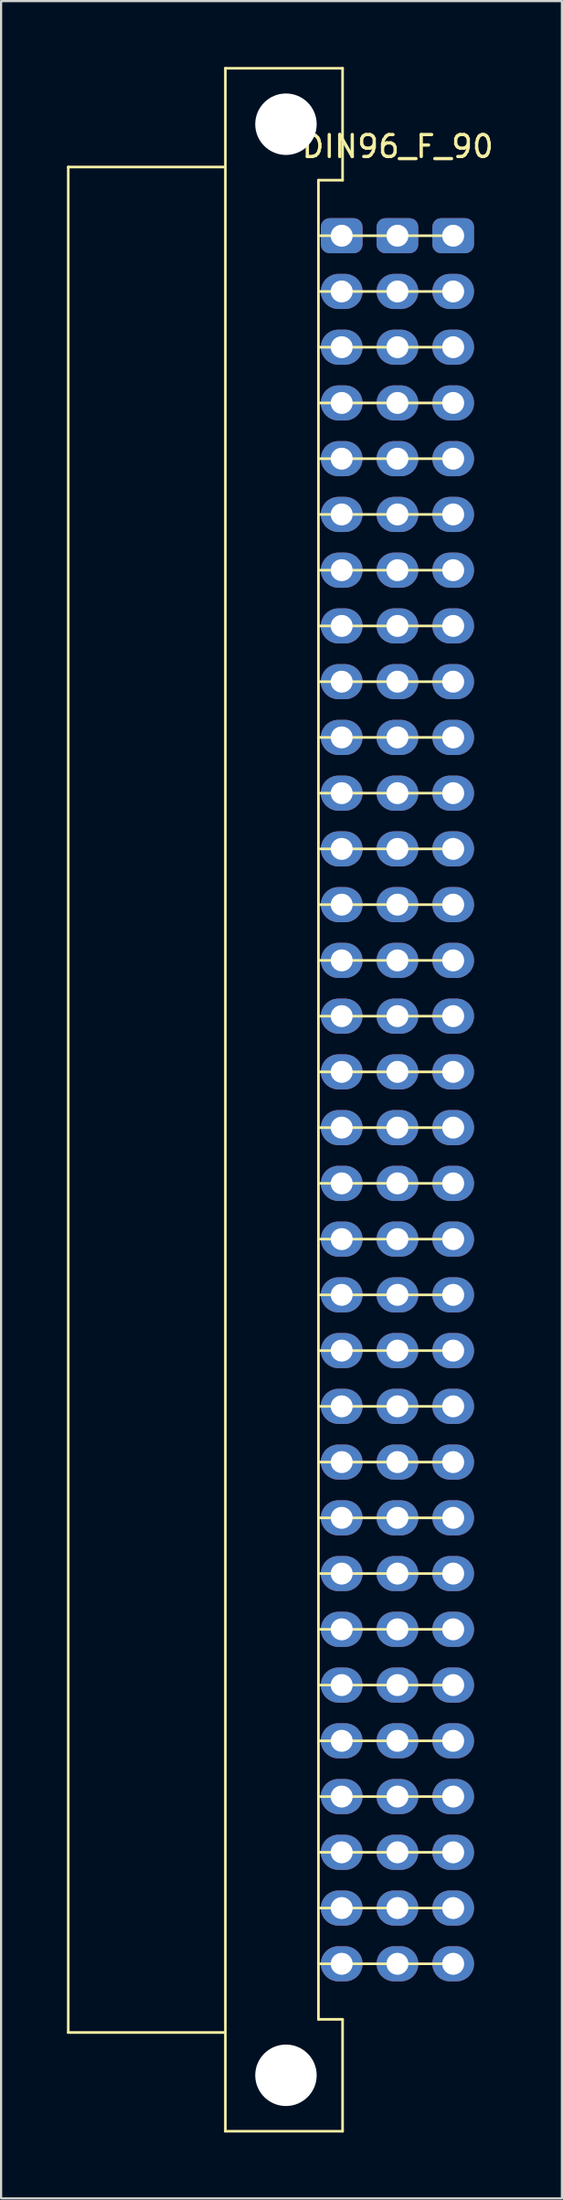
<source format=kicad_pcb>
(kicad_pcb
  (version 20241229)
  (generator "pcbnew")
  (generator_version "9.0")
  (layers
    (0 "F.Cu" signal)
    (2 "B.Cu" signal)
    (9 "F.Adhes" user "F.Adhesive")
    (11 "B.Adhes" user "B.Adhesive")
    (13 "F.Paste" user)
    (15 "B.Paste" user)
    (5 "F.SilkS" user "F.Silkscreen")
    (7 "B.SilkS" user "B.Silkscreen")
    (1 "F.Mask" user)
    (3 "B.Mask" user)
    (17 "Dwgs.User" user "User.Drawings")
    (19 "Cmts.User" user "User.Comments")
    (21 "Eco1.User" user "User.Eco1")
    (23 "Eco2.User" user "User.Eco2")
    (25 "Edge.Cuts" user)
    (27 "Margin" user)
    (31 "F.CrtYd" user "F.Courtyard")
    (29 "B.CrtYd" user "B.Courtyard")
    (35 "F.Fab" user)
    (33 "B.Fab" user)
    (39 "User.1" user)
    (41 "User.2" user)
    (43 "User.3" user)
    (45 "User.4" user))
  (footprint "DIN96_F_90"
    (layer "F.Cu")
    (at 15.06 47.06)
    (property "Reference" "DIN96_F_90" (at 0.013 -43.434 0) (layer "F.SilkS") (effects (font (size 1 1) (thickness 0.15))))
    (attr through_hole)
    (fp_line (start -15 -42.5) (end -15 42.5) (stroke (width 0.12) (type solid)) (layer "F.SilkS"))
    (fp_line (start -15 42.5) (end -7.84 42.5) (stroke (width 0.12) (type solid)) (layer "F.SilkS"))
    (fp_line (start -7.84 -47) (end -7.84 47) (stroke (width 0.12) (type solid)) (layer "F.SilkS"))
    (fp_line (start -7.84 -47) (end -2.5 -47) (stroke (width 0.12) (type solid)) (layer "F.SilkS"))
    (fp_line (start -7.84 -42.5) (end -15 -42.5) (stroke (width 0.12) (type solid)) (layer "F.SilkS"))
    (fp_line (start -7.84 47) (end -2.5 47) (stroke (width 0.12) (type solid)) (layer "F.SilkS"))
    (fp_line (start -3.6 -41.9) (end -3.6 41.9) (stroke (width 0.12) (type solid)) (layer "F.SilkS"))
    (fp_line (start -3.6 -41.9) (end -2.5 -41.9) (stroke (width 0.12) (type solid)) (layer "F.SilkS"))
    (fp_line (start -3.6 41.9) (end -2.5 41.9) (stroke (width 0.12) (type solid)) (layer "F.SilkS"))
    (fp_line (start -2.5 -41.9) (end -2.5 -47) (stroke (width 0.12) (type solid)) (layer "F.SilkS"))
    (fp_line (start -2.5 47) (end -2.5 41.9) (stroke (width 0.12) (type solid)) (layer "F.SilkS"))
    (fp_line (start 2.54 -39.37) (end -3.556 -39.37) (stroke (width 0.12) (type solid)) (layer "F.SilkS"))
    (fp_line (start 2.54 -36.83) (end -3.556 -36.83) (stroke (width 0.12) (type solid)) (layer "F.SilkS"))
    (fp_line (start 2.54 -34.29) (end -3.556 -34.29) (stroke (width 0.12) (type solid)) (layer "F.SilkS"))
    (fp_line (start 2.54 -31.75) (end -3.556 -31.75) (stroke (width 0.12) (type solid)) (layer "F.SilkS"))
    (fp_line (start 2.54 -29.21) (end -3.556 -29.21) (stroke (width 0.12) (type solid)) (layer "F.SilkS"))
    (fp_line (start 2.54 -26.67) (end -3.556 -26.67) (stroke (width 0.12) (type solid)) (layer "F.SilkS"))
    (fp_line (start 2.54 -24.13) (end -3.556 -24.13) (stroke (width 0.12) (type solid)) (layer "F.SilkS"))
    (fp_line (start 2.54 -21.59) (end -3.556 -21.59) (stroke (width 0.12) (type solid)) (layer "F.SilkS"))
    (fp_line (start 2.54 -19.05) (end -3.556 -19.05) (stroke (width 0.12) (type solid)) (layer "F.SilkS"))
    (fp_line (start 2.54 -16.51) (end -3.556 -16.51) (stroke (width 0.12) (type solid)) (layer "F.SilkS"))
    (fp_line (start 2.54 -13.97) (end -3.556 -13.97) (stroke (width 0.12) (type solid)) (layer "F.SilkS"))
    (fp_line (start 2.54 -11.43) (end -3.556 -11.43) (stroke (width 0.12) (type solid)) (layer "F.SilkS"))
    (fp_line (start 2.54 -8.89) (end -3.556 -8.89) (stroke (width 0.12) (type solid)) (layer "F.SilkS"))
    (fp_line (start 2.54 -6.35) (end -3.556 -6.35) (stroke (width 0.12) (type solid)) (layer "F.SilkS"))
    (fp_line (start 2.54 -3.81) (end -3.556 -3.81) (stroke (width 0.12) (type solid)) (layer "F.SilkS"))
    (fp_line (start 2.54 -1.27) (end -3.556 -1.27) (stroke (width 0.12) (type solid)) (layer "F.SilkS"))
    (fp_line (start 2.54 1.27) (end -3.556 1.27) (stroke (width 0.12) (type solid)) (layer "F.SilkS"))
    (fp_line (start 2.54 3.81) (end -3.556 3.81) (stroke (width 0.12) (type solid)) (layer "F.SilkS"))
    (fp_line (start 2.54 6.35) (end -3.556 6.35) (stroke (width 0.12) (type solid)) (layer "F.SilkS"))
    (fp_line (start 2.54 8.89) (end -3.556 8.89) (stroke (width 0.12) (type solid)) (layer "F.SilkS"))
    (fp_line (start 2.54 11.43) (end -3.556 11.43) (stroke (width 0.12) (type solid)) (layer "F.SilkS"))
    (fp_line (start 2.54 13.97) (end -3.556 13.97) (stroke (width 0.12) (type solid)) (layer "F.SilkS"))
    (fp_line (start 2.54 16.51) (end -3.556 16.51) (stroke (width 0.12) (type solid)) (layer "F.SilkS"))
    (fp_line (start 2.54 19.05) (end -3.556 19.05) (stroke (width 0.12) (type solid)) (layer "F.SilkS"))
    (fp_line (start 2.54 21.59) (end -3.556 21.59) (stroke (width 0.12) (type solid)) (layer "F.SilkS"))
    (fp_line (start 2.54 24.13) (end -3.556 24.13) (stroke (width 0.12) (type solid)) (layer "F.SilkS"))
    (fp_line (start 2.54 26.67) (end -3.556 26.67) (stroke (width 0.12) (type solid)) (layer "F.SilkS"))
    (fp_line (start 2.54 29.21) (end -3.556 29.21) (stroke (width 0.12) (type solid)) (layer "F.SilkS"))
    (fp_line (start 2.54 31.75) (end -3.556 31.75) (stroke (width 0.12) (type solid)) (layer "F.SilkS"))
    (fp_line (start 2.54 34.29) (end -3.556 34.29) (stroke (width 0.12) (type solid)) (layer "F.SilkS"))
    (fp_line (start 2.54 36.83) (end -3.556 36.83) (stroke (width 0.12) (type solid)) (layer "F.SilkS"))
    (fp_line (start 2.54 39.37) (end -3.556 39.37) (stroke (width 0.12) (type solid)) (layer "F.SilkS"))
    (pad "" np_thru_hole circle (at -5.08 -44.45) (size 2.8 2.8) (drill 2.8) (layers "*.Cu" "*.Mask"))
    (pad "" np_thru_hole circle (at -5.08 44.45) (size 2.8 2.8) (drill 2.8) (layers "*.Cu" "*.Mask"))
    (pad "1A" thru_hole roundrect (at -2.54 -39.37) (size 1.9 1.6) (drill 1) (layers "*.Cu" "*.Mask") (roundrect_rratio 0.25))
    (pad "1B" thru_hole roundrect (at 0 -39.37) (size 1.9 1.6) (drill 1) (layers "*.Cu" "*.Mask") (roundrect_rratio 0.25))
    (pad "1C" thru_hole roundrect (at 2.54 -39.37) (size 1.9 1.6) (drill 1) (layers "*.Cu" "*.Mask") (roundrect_rratio 0.25))
    (pad "2A" thru_hole oval (at -2.54 -36.83) (size 1.9 1.6) (drill 1) (layers "*.Cu" "*.Mask"))
    (pad "2B" thru_hole oval (at 0 -36.83) (size 1.9 1.6) (drill 1) (layers "*.Cu" "*.Mask"))
    (pad "2C" thru_hole oval (at 2.54 -36.83) (size 1.9 1.6) (drill 1) (layers "*.Cu" "*.Mask"))
    (pad "3A" thru_hole oval (at -2.54 -34.29) (size 1.9 1.6) (drill 1) (layers "*.Cu" "*.Mask"))
    (pad "3B" thru_hole oval (at 0 -34.29) (size 1.9 1.6) (drill 1) (layers "*.Cu" "*.Mask"))
    (pad "3C" thru_hole oval (at 2.54 -34.29) (size 1.9 1.6) (drill 1) (layers "*.Cu" "*.Mask"))
    (pad "4A" thru_hole oval (at -2.54 -31.75) (size 1.9 1.6) (drill 1) (layers "*.Cu" "*.Mask"))
    (pad "4B" thru_hole oval (at 0 -31.75) (size 1.9 1.6) (drill 1) (layers "*.Cu" "*.Mask"))
    (pad "4C" thru_hole oval (at 2.54 -31.75) (size 1.9 1.6) (drill 1) (layers "*.Cu" "*.Mask"))
    (pad "5A" thru_hole oval (at -2.54 -29.21) (size 1.9 1.6) (drill 1) (layers "*.Cu" "*.Mask"))
    (pad "5B" thru_hole oval (at 0 -29.21) (size 1.9 1.6) (drill 1) (layers "*.Cu" "*.Mask"))
    (pad "5C" thru_hole oval (at 2.54 -29.21) (size 1.9 1.6) (drill 1) (layers "*.Cu" "*.Mask"))
    (pad "6A" thru_hole oval (at -2.54 -26.67) (size 1.9 1.6) (drill 1) (layers "*.Cu" "*.Mask"))
    (pad "6B" thru_hole oval (at 0 -26.67) (size 1.9 1.6) (drill 1) (layers "*.Cu" "*.Mask"))
    (pad "6C" thru_hole oval (at 2.54 -26.67) (size 1.9 1.6) (drill 1) (layers "*.Cu" "*.Mask"))
    (pad "7A" thru_hole oval (at -2.54 -24.13) (size 1.9 1.6) (drill 1) (layers "*.Cu" "*.Mask"))
    (pad "7B" thru_hole oval (at 0 -24.13) (size 1.9 1.6) (drill 1) (layers "*.Cu" "*.Mask"))
    (pad "7C" thru_hole oval (at 2.54 -24.13) (size 1.9 1.6) (drill 1) (layers "*.Cu" "*.Mask"))
    (pad "8A" thru_hole oval (at -2.54 -21.59) (size 1.9 1.6) (drill 1) (layers "*.Cu" "*.Mask"))
    (pad "8B" thru_hole oval (at 0 -21.59) (size 1.9 1.6) (drill 1) (layers "*.Cu" "*.Mask"))
    (pad "8C" thru_hole oval (at 2.54 -21.59) (size 1.9 1.6) (drill 1) (layers "*.Cu" "*.Mask"))
    (pad "9A" thru_hole oval (at -2.54 -19.05) (size 1.9 1.6) (drill 1) (layers "*.Cu" "*.Mask"))
    (pad "9B" thru_hole oval (at 0 -19.05) (size 1.9 1.6) (drill 1) (layers "*.Cu" "*.Mask"))
    (pad "9C" thru_hole oval (at 2.54 -19.05) (size 1.9 1.6) (drill 1) (layers "*.Cu" "*.Mask"))
    (pad "10A" thru_hole oval (at -2.54 -16.51) (size 1.9 1.6) (drill 1) (layers "*.Cu" "*.Mask"))
    (pad "10B" thru_hole oval (at 0 -16.51) (size 1.9 1.6) (drill 1) (layers "*.Cu" "*.Mask"))
    (pad "10C" thru_hole oval (at 2.54 -16.51) (size 1.9 1.6) (drill 1) (layers "*.Cu" "*.Mask"))
    (pad "11A" thru_hole oval (at -2.54 -13.97) (size 1.9 1.6) (drill 1) (layers "*.Cu" "*.Mask"))
    (pad "11B" thru_hole oval (at 0 -13.97) (size 1.9 1.6) (drill 1) (layers "*.Cu" "*.Mask"))
    (pad "11C" thru_hole oval (at 2.54 -13.97) (size 1.9 1.6) (drill 1) (layers "*.Cu" "*.Mask"))
    (pad "12A" thru_hole oval (at -2.54 -11.43) (size 1.9 1.6) (drill 1) (layers "*.Cu" "*.Mask"))
    (pad "12B" thru_hole oval (at 0 -11.43) (size 1.9 1.6) (drill 1) (layers "*.Cu" "*.Mask"))
    (pad "12C" thru_hole oval (at 2.54 -11.43) (size 1.9 1.6) (drill 1) (layers "*.Cu" "*.Mask"))
    (pad "13A" thru_hole oval (at -2.54 -8.89) (size 1.9 1.6) (drill 1) (layers "*.Cu" "*.Mask"))
    (pad "13B" thru_hole oval (at 0 -8.89) (size 1.9 1.6) (drill 1) (layers "*.Cu" "*.Mask"))
    (pad "13C" thru_hole oval (at 2.54 -8.89) (size 1.9 1.6) (drill 1) (layers "*.Cu" "*.Mask"))
    (pad "14A" thru_hole oval (at -2.54 -6.35) (size 1.9 1.6) (drill 1) (layers "*.Cu" "*.Mask"))
    (pad "14B" thru_hole oval (at 0 -6.35) (size 1.9 1.6) (drill 1) (layers "*.Cu" "*.Mask"))
    (pad "14C" thru_hole oval (at 2.54 -6.35) (size 1.9 1.6) (drill 1) (layers "*.Cu" "*.Mask"))
    (pad "15A" thru_hole oval (at -2.54 -3.81) (size 1.9 1.6) (drill 1) (layers "*.Cu" "*.Mask"))
    (pad "15B" thru_hole oval (at 0 -3.81) (size 1.9 1.6) (drill 1) (layers "*.Cu" "*.Mask"))
    (pad "15C" thru_hole oval (at 2.54 -3.81) (size 1.9 1.6) (drill 1) (layers "*.Cu" "*.Mask"))
    (pad "16A" thru_hole oval (at -2.54 -1.27) (size 1.9 1.6) (drill 1) (layers "*.Cu" "*.Mask"))
    (pad "16B" thru_hole oval (at 0 -1.27) (size 1.9 1.6) (drill 1) (layers "*.Cu" "*.Mask"))
    (pad "16C" thru_hole oval (at 2.54 -1.27) (size 1.9 1.6) (drill 1) (layers "*.Cu" "*.Mask"))
    (pad "17A" thru_hole oval (at -2.54 1.27) (size 1.9 1.6) (drill 1) (layers "*.Cu" "*.Mask"))
    (pad "17B" thru_hole oval (at 0 1.27) (size 1.9 1.6) (drill 1) (layers "*.Cu" "*.Mask"))
    (pad "17C" thru_hole oval (at 2.54 1.27) (size 1.9 1.6) (drill 1) (layers "*.Cu" "*.Mask"))
    (pad "18A" thru_hole oval (at -2.54 3.81) (size 1.9 1.6) (drill 1) (layers "*.Cu" "*.Mask"))
    (pad "18B" thru_hole oval (at 0 3.81) (size 1.9 1.6) (drill 1) (layers "*.Cu" "*.Mask"))
    (pad "18C" thru_hole oval (at 2.54 3.81) (size 1.9 1.6) (drill 1) (layers "*.Cu" "*.Mask"))
    (pad "19A" thru_hole oval (at -2.54 6.35) (size 1.9 1.6) (drill 1) (layers "*.Cu" "*.Mask"))
    (pad "19B" thru_hole oval (at 0 6.35) (size 1.9 1.6) (drill 1) (layers "*.Cu" "*.Mask"))
    (pad "19C" thru_hole oval (at 2.54 6.35) (size 1.9 1.6) (drill 1) (layers "*.Cu" "*.Mask"))
    (pad "20A" thru_hole oval (at -2.54 8.89) (size 1.9 1.6) (drill 1) (layers "*.Cu" "*.Mask"))
    (pad "20B" thru_hole oval (at 0 8.89) (size 1.9 1.6) (drill 1) (layers "*.Cu" "*.Mask"))
    (pad "20C" thru_hole oval (at 2.54 8.89) (size 1.9 1.6) (drill 1) (layers "*.Cu" "*.Mask"))
    (pad "21A" thru_hole oval (at -2.54 11.43) (size 1.9 1.6) (drill 1) (layers "*.Cu" "*.Mask"))
    (pad "21B" thru_hole oval (at 0 11.43) (size 1.9 1.6) (drill 1) (layers "*.Cu" "*.Mask"))
    (pad "21C" thru_hole oval (at 2.54 11.43) (size 1.9 1.6) (drill 1) (layers "*.Cu" "*.Mask"))
    (pad "22A" thru_hole oval (at -2.54 13.97) (size 1.9 1.6) (drill 1) (layers "*.Cu" "*.Mask"))
    (pad "22B" thru_hole oval (at 0 13.97) (size 1.9 1.6) (drill 1) (layers "*.Cu" "*.Mask"))
    (pad "22C" thru_hole oval (at 2.54 13.97) (size 1.9 1.6) (drill 1) (layers "*.Cu" "*.Mask"))
    (pad "23A" thru_hole oval (at -2.54 16.51) (size 1.9 1.6) (drill 1) (layers "*.Cu" "*.Mask"))
    (pad "23B" thru_hole oval (at 0 16.51) (size 1.9 1.6) (drill 1) (layers "*.Cu" "*.Mask"))
    (pad "23C" thru_hole oval (at 2.54 16.51) (size 1.9 1.6) (drill 1) (layers "*.Cu" "*.Mask"))
    (pad "24A" thru_hole oval (at -2.54 19.05) (size 1.9 1.6) (drill 1) (layers "*.Cu" "*.Mask"))
    (pad "24B" thru_hole oval (at 0 19.05) (size 1.9 1.6) (drill 1) (layers "*.Cu" "*.Mask"))
    (pad "24C" thru_hole oval (at 2.54 19.05) (size 1.9 1.6) (drill 1) (layers "*.Cu" "*.Mask"))
    (pad "25A" thru_hole oval (at -2.54 21.59) (size 1.9 1.6) (drill 1) (layers "*.Cu" "*.Mask"))
    (pad "25B" thru_hole oval (at 0 21.59) (size 1.9 1.6) (drill 1) (layers "*.Cu" "*.Mask"))
    (pad "25C" thru_hole oval (at 2.54 21.59) (size 1.9 1.6) (drill 1) (layers "*.Cu" "*.Mask"))
    (pad "26A" thru_hole oval (at -2.54 24.13) (size 1.9 1.6) (drill 1) (layers "*.Cu" "*.Mask"))
    (pad "26B" thru_hole oval (at 0 24.13) (size 1.9 1.6) (drill 1) (layers "*.Cu" "*.Mask"))
    (pad "26C" thru_hole oval (at 2.54 24.13) (size 1.9 1.6) (drill 1) (layers "*.Cu" "*.Mask"))
    (pad "27A" thru_hole oval (at -2.54 26.67) (size 1.9 1.6) (drill 1) (layers "*.Cu" "*.Mask"))
    (pad "27B" thru_hole oval (at 0 26.67) (size 1.9 1.6) (drill 1) (layers "*.Cu" "*.Mask"))
    (pad "27C" thru_hole oval (at 2.54 26.67) (size 1.9 1.6) (drill 1) (layers "*.Cu" "*.Mask"))
    (pad "28A" thru_hole oval (at -2.54 29.21) (size 1.9 1.6) (drill 1) (layers "*.Cu" "*.Mask"))
    (pad "28B" thru_hole oval (at 0 29.21) (size 1.9 1.6) (drill 1) (layers "*.Cu" "*.Mask"))
    (pad "28C" thru_hole oval (at 2.54 29.21) (size 1.9 1.6) (drill 1) (layers "*.Cu" "*.Mask"))
    (pad "29A" thru_hole oval (at -2.54 31.75) (size 1.9 1.6) (drill 1) (layers "*.Cu" "*.Mask"))
    (pad "29B" thru_hole oval (at 0 31.75) (size 1.9 1.6) (drill 1) (layers "*.Cu" "*.Mask"))
    (pad "29C" thru_hole oval (at 2.54 31.75) (size 1.9 1.6) (drill 1) (layers "*.Cu" "*.Mask"))
    (pad "30A" thru_hole oval (at -2.54 34.29) (size 1.9 1.6) (drill 1) (layers "*.Cu" "*.Mask"))
    (pad "30B" thru_hole oval (at 0 34.29) (size 1.9 1.6) (drill 1) (layers "*.Cu" "*.Mask"))
    (pad "30C" thru_hole oval (at 2.54 34.29) (size 1.9 1.6) (drill 1) (layers "*.Cu" "*.Mask"))
    (pad "31A" thru_hole oval (at -2.54 36.83) (size 1.9 1.6) (drill 1) (layers "*.Cu" "*.Mask"))
    (pad "31B" thru_hole oval (at 0 36.83) (size 1.9 1.6) (drill 1) (layers "*.Cu" "*.Mask"))
    (pad "31C" thru_hole oval (at 2.54 36.83) (size 1.9 1.6) (drill 1) (layers "*.Cu" "*.Mask"))
    (pad "32A" thru_hole oval (at -2.54 39.37) (size 1.9 1.6) (drill 1) (layers "*.Cu" "*.Mask"))
    (pad "32B" thru_hole oval (at 0 39.37) (size 1.9 1.6) (drill 1) (layers "*.Cu" "*.Mask"))
    (pad "32C" thru_hole oval (at 2.54 39.37) (size 1.9 1.6) (drill 1) (layers "*.Cu" "*.Mask")))
  (gr_rect
    (start -3 -3)
    (end 22.555 97.12)
    (stroke (width 0.1) (type default))
    (fill no)
    (layer "Edge.Cuts")))
</source>
